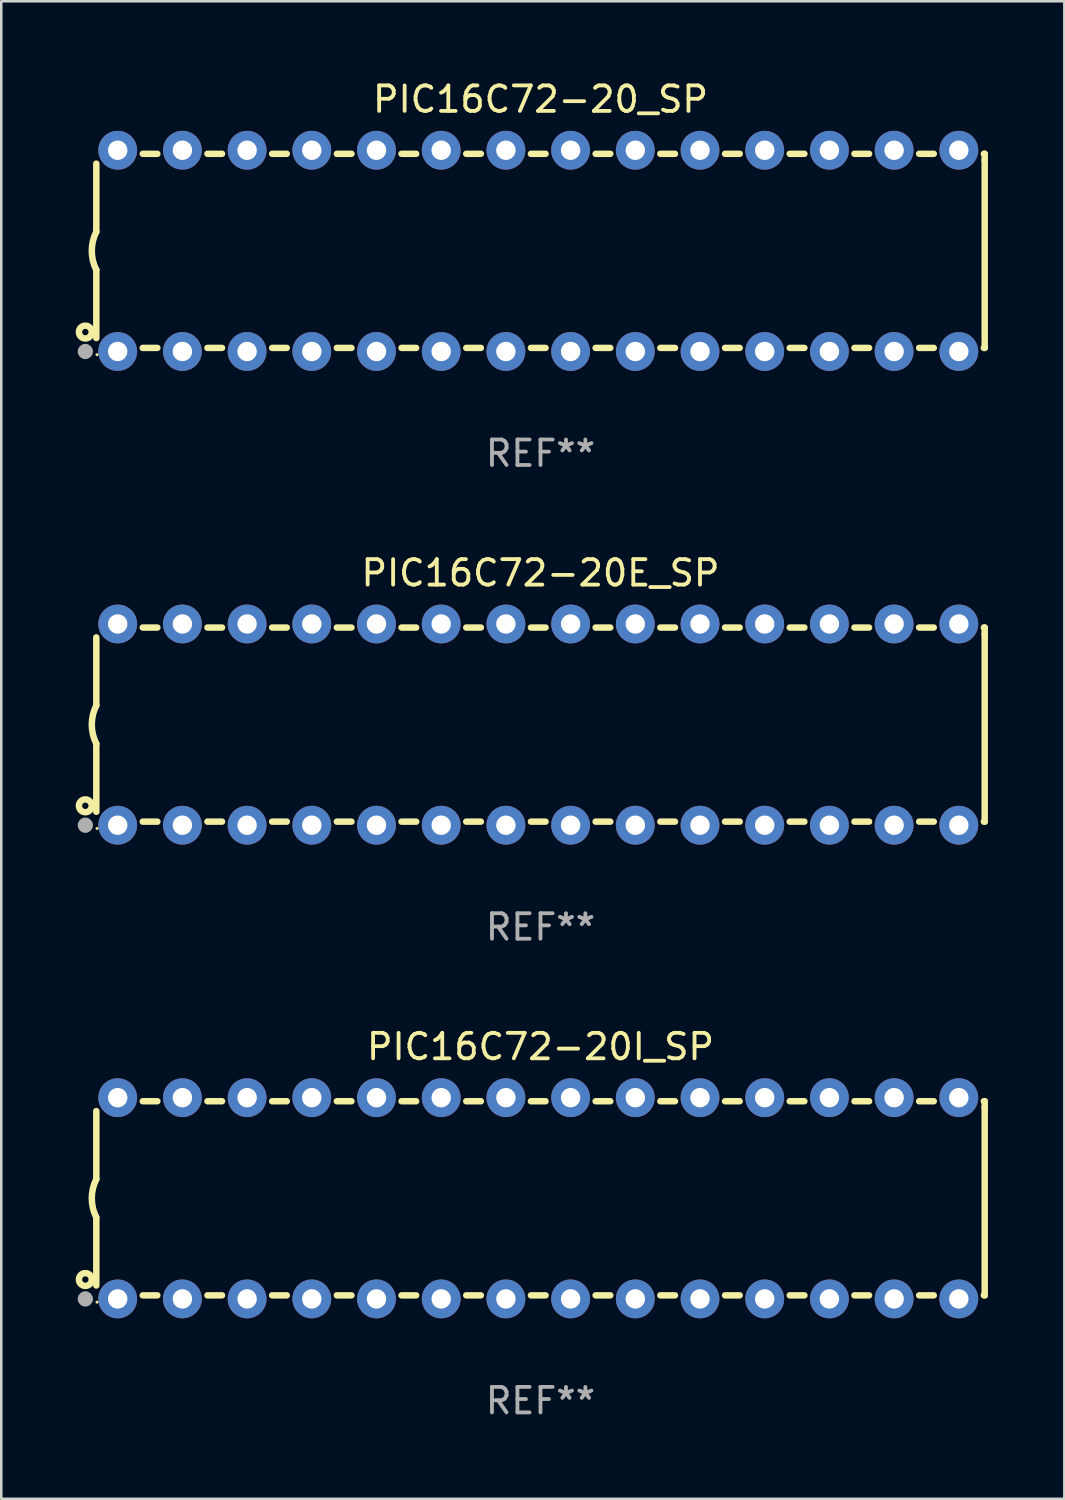
<source format=kicad_pcb>
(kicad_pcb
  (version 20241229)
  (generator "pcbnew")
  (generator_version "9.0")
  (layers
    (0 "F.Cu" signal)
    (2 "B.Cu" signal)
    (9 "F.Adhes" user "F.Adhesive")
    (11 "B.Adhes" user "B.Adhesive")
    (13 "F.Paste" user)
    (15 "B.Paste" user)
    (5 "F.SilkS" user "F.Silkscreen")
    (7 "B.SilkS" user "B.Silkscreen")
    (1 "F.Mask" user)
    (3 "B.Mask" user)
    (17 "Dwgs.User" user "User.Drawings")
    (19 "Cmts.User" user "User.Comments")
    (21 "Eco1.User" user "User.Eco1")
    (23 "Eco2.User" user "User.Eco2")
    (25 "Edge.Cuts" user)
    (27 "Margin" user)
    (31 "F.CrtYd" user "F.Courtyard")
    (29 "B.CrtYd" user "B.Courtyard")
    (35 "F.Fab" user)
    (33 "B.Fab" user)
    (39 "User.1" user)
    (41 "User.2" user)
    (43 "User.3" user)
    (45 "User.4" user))
  (footprint "PIC16C72-20E_SP"
    (layer "F.Cu")
    (at 18.168 25.395)
    (property "Reference" "PIC16C72-20E_SP" (at 0 -5.95 0) (layer "F.SilkS") (effects (font (size 1 1) (thickness 0.15))))
    (attr through_hole)
    (fp_line (start -17.438 0.75) (end -17.438 3.423) (stroke (width 0.254) (type solid)) (layer "F.SilkS"))
    (fp_line (start -17.438 -3.423) (end -17.438 -0.75) (stroke (width 0.254) (type solid)) (layer "F.SilkS"))
    (fp_line (start -15.615 3.81) (end -15.041 3.81) (stroke (width 0.254) (type solid)) (layer "F.SilkS"))
    (fp_line (start -15.041 -3.81) (end -15.614 -3.81) (stroke (width 0.254) (type solid)) (layer "F.SilkS"))
    (fp_line (start -13.075 3.81) (end -12.501 3.81) (stroke (width 0.254) (type solid)) (layer "F.SilkS"))
    (fp_line (start -12.501 -3.81) (end -13.074 -3.81) (stroke (width 0.254) (type solid)) (layer "F.SilkS"))
    (fp_line (start -10.535 3.81) (end -9.961 3.81) (stroke (width 0.254) (type solid)) (layer "F.SilkS"))
    (fp_line (start -9.961 -3.81) (end -10.534 -3.81) (stroke (width 0.254) (type solid)) (layer "F.SilkS"))
    (fp_line (start -7.995 3.81) (end -7.421 3.81) (stroke (width 0.254) (type solid)) (layer "F.SilkS"))
    (fp_line (start -7.421 -3.81) (end -7.995 -3.81) (stroke (width 0.254) (type solid)) (layer "F.SilkS"))
    (fp_line (start -5.455 3.81) (end -4.881 3.81) (stroke (width 0.254) (type solid)) (layer "F.SilkS"))
    (fp_line (start -4.881 -3.81) (end -5.455 -3.81) (stroke (width 0.254) (type solid)) (layer "F.SilkS"))
    (fp_line (start -2.915 3.81) (end -2.341 3.81) (stroke (width 0.254) (type solid)) (layer "F.SilkS"))
    (fp_line (start -2.341 -3.81) (end -2.915 -3.81) (stroke (width 0.254) (type solid)) (layer "F.SilkS"))
    (fp_line (start -0.375 3.81) (end 0.199 3.81) (stroke (width 0.254) (type solid)) (layer "F.SilkS"))
    (fp_line (start 0.199 -3.81) (end -0.375 -3.81) (stroke (width 0.254) (type solid)) (layer "F.SilkS"))
    (fp_line (start 2.165 3.81) (end 2.739 3.81) (stroke (width 0.254) (type solid)) (layer "F.SilkS"))
    (fp_line (start 2.739 -3.81) (end 2.165 -3.81) (stroke (width 0.254) (type solid)) (layer "F.SilkS"))
    (fp_line (start 4.705 3.81) (end 5.279 3.81) (stroke (width 0.254) (type solid)) (layer "F.SilkS"))
    (fp_line (start 5.279 -3.81) (end 4.705 -3.81) (stroke (width 0.254) (type solid)) (layer "F.SilkS"))
    (fp_line (start 7.245 3.81) (end 7.819 3.81) (stroke (width 0.254) (type solid)) (layer "F.SilkS"))
    (fp_line (start 7.819 -3.81) (end 7.245 -3.81) (stroke (width 0.254) (type solid)) (layer "F.SilkS"))
    (fp_line (start 9.785 3.81) (end 10.359 3.81) (stroke (width 0.254) (type solid)) (layer "F.SilkS"))
    (fp_line (start 10.359 -3.81) (end 9.785 -3.81) (stroke (width 0.254) (type solid)) (layer "F.SilkS"))
    (fp_line (start 12.325 3.81) (end 12.899 3.81) (stroke (width 0.254) (type solid)) (layer "F.SilkS"))
    (fp_line (start 12.899 -3.81) (end 12.325 -3.81) (stroke (width 0.254) (type solid)) (layer "F.SilkS"))
    (fp_line (start 14.865 3.81) (end 15.439 3.81) (stroke (width 0.254) (type solid)) (layer "F.SilkS"))
    (fp_line (start 15.439 -3.81) (end 14.865 -3.81) (stroke (width 0.254) (type solid)) (layer "F.SilkS"))
    (fp_line (start 17.405 3.81) (end 17.438 3.81) (stroke (width 0.254) (type solid)) (layer "F.SilkS"))
    (fp_line (start 17.438 -3.81) (end 17.405 -3.81) (stroke (width 0.254) (type solid)) (layer "F.SilkS"))
    (fp_line (start 17.438 -3.556) (end 17.438 -3.81) (stroke (width 0.254) (type solid)) (layer "F.SilkS"))
    (fp_line (start 17.438 3.81) (end 17.438 -3.556) (stroke (width 0.254) (type solid)) (layer "F.SilkS"))
    (fp_arc (start -17.437986 0.749657) (mid -17.614887 -0.000024) (end -17.437783 -0.749657) (stroke (width 0.254001) (type solid)) (layer "F.SilkS"))
    (fp_circle (center -17.868 3.188) (end -17.743 3.188) (stroke (width 0.254) (type solid)) (fill no) (layer "F.SilkS"))
    (fp_circle (center -17.411 4.077) (end -17.381 4.077) (stroke (width 0.06) (type solid)) (fill no) (layer "F.SilkS"))
    (fp_circle (center -17.868 3.95) (end -17.718 3.95) (stroke (width 0.3) (type solid)) (fill no) (layer "F.Fab"))
    (fp_text user "REF**" (at 0 7.95 0) (layer "F.Fab") (effects (font (size 1 1) (thickness 0.15))))
    (pad "1" thru_hole circle (at -16.598 3.95) (size 1.524 1.524) (drill 0.762) (layers "*.Cu" "*.Mask"))
    (pad "2" thru_hole circle (at -14.058 3.95) (size 1.524 1.524) (drill 0.762) (layers "*.Cu" "*.Mask"))
    (pad "3" thru_hole circle (at -11.518 3.95) (size 1.524 1.524) (drill 0.762) (layers "*.Cu" "*.Mask"))
    (pad "4" thru_hole circle (at -8.978 3.95) (size 1.524 1.524) (drill 0.762) (layers "*.Cu" "*.Mask"))
    (pad "5" thru_hole circle (at -6.438 3.95) (size 1.524 1.524) (drill 0.762) (layers "*.Cu" "*.Mask"))
    (pad "6" thru_hole circle (at -3.898 3.95) (size 1.524 1.524) (drill 0.762) (layers "*.Cu" "*.Mask"))
    (pad "7" thru_hole circle (at -1.358 3.95) (size 1.524 1.524) (drill 0.762) (layers "*.Cu" "*.Mask"))
    (pad "8" thru_hole circle (at 1.182 3.95) (size 1.524 1.524) (drill 0.762) (layers "*.Cu" "*.Mask"))
    (pad "9" thru_hole circle (at 3.722 3.95) (size 1.524 1.524) (drill 0.762) (layers "*.Cu" "*.Mask"))
    (pad "10" thru_hole circle (at 6.262 3.95) (size 1.524 1.524) (drill 0.762) (layers "*.Cu" "*.Mask"))
    (pad "11" thru_hole circle (at 8.802 3.95) (size 1.524 1.524) (drill 0.762) (layers "*.Cu" "*.Mask"))
    (pad "12" thru_hole circle (at 11.342 3.95) (size 1.524 1.524) (drill 0.762) (layers "*.Cu" "*.Mask"))
    (pad "13" thru_hole circle (at 13.882 3.95) (size 1.524 1.524) (drill 0.762) (layers "*.Cu" "*.Mask"))
    (pad "14" thru_hole circle (at 16.422 3.95) (size 1.524 1.524) (drill 0.762) (layers "*.Cu" "*.Mask"))
    (pad "15" thru_hole circle (at 16.422 -3.95) (size 1.524 1.524) (drill 0.762) (layers "*.Cu" "*.Mask"))
    (pad "16" thru_hole circle (at 13.882 -3.95) (size 1.524 1.524) (drill 0.762) (layers "*.Cu" "*.Mask"))
    (pad "17" thru_hole circle (at 11.342 -3.95) (size 1.524 1.524) (drill 0.762) (layers "*.Cu" "*.Mask"))
    (pad "18" thru_hole circle (at 8.802 -3.95) (size 1.524 1.524) (drill 0.762) (layers "*.Cu" "*.Mask"))
    (pad "19" thru_hole circle (at 6.262 -3.95) (size 1.524 1.524) (drill 0.762) (layers "*.Cu" "*.Mask"))
    (pad "20" thru_hole circle (at 3.722 -3.95) (size 1.524 1.524) (drill 0.762) (layers "*.Cu" "*.Mask"))
    (pad "21" thru_hole circle (at 1.182 -3.95) (size 1.524 1.524) (drill 0.762) (layers "*.Cu" "*.Mask"))
    (pad "22" thru_hole circle (at -1.358 -3.95) (size 1.524 1.524) (drill 0.762) (layers "*.Cu" "*.Mask"))
    (pad "23" thru_hole circle (at -3.898 -3.95) (size 1.524 1.524) (drill 0.762) (layers "*.Cu" "*.Mask"))
    (pad "24" thru_hole circle (at -6.438 -3.95) (size 1.524 1.524) (drill 0.762) (layers "*.Cu" "*.Mask"))
    (pad "25" thru_hole circle (at -8.978 -3.95) (size 1.524 1.524) (drill 0.762) (layers "*.Cu" "*.Mask"))
    (pad "26" thru_hole circle (at -11.517 -3.95) (size 1.524 1.524) (drill 0.762) (layers "*.Cu" "*.Mask"))
    (pad "27" thru_hole circle (at -14.057 -3.95) (size 1.524 1.524) (drill 0.762) (layers "*.Cu" "*.Mask"))
    (pad "28" thru_hole circle (at -16.597 -3.95) (size 1.524 1.524) (drill 0.762) (layers "*.Cu" "*.Mask")))
  (footprint "PIC16C72-20_SP"
    (layer "F.Cu")
    (at 18.168 6.798)
    (property "Reference" "PIC16C72-20_SP" (at 0 -5.95 0) (layer "F.SilkS") (effects (font (size 1 1) (thickness 0.15))))
    (attr through_hole)
    (fp_line (start -17.438 0.75) (end -17.438 3.423) (stroke (width 0.254) (type solid)) (layer "F.SilkS"))
    (fp_line (start -17.438 -3.423) (end -17.438 -0.75) (stroke (width 0.254) (type solid)) (layer "F.SilkS"))
    (fp_line (start -15.615 3.81) (end -15.041 3.81) (stroke (width 0.254) (type solid)) (layer "F.SilkS"))
    (fp_line (start -15.041 -3.81) (end -15.614 -3.81) (stroke (width 0.254) (type solid)) (layer "F.SilkS"))
    (fp_line (start -13.075 3.81) (end -12.501 3.81) (stroke (width 0.254) (type solid)) (layer "F.SilkS"))
    (fp_line (start -12.501 -3.81) (end -13.074 -3.81) (stroke (width 0.254) (type solid)) (layer "F.SilkS"))
    (fp_line (start -10.535 3.81) (end -9.961 3.81) (stroke (width 0.254) (type solid)) (layer "F.SilkS"))
    (fp_line (start -9.961 -3.81) (end -10.534 -3.81) (stroke (width 0.254) (type solid)) (layer "F.SilkS"))
    (fp_line (start -7.995 3.81) (end -7.421 3.81) (stroke (width 0.254) (type solid)) (layer "F.SilkS"))
    (fp_line (start -7.421 -3.81) (end -7.995 -3.81) (stroke (width 0.254) (type solid)) (layer "F.SilkS"))
    (fp_line (start -5.455 3.81) (end -4.881 3.81) (stroke (width 0.254) (type solid)) (layer "F.SilkS"))
    (fp_line (start -4.881 -3.81) (end -5.455 -3.81) (stroke (width 0.254) (type solid)) (layer "F.SilkS"))
    (fp_line (start -2.915 3.81) (end -2.341 3.81) (stroke (width 0.254) (type solid)) (layer "F.SilkS"))
    (fp_line (start -2.341 -3.81) (end -2.915 -3.81) (stroke (width 0.254) (type solid)) (layer "F.SilkS"))
    (fp_line (start -0.375 3.81) (end 0.199 3.81) (stroke (width 0.254) (type solid)) (layer "F.SilkS"))
    (fp_line (start 0.199 -3.81) (end -0.375 -3.81) (stroke (width 0.254) (type solid)) (layer "F.SilkS"))
    (fp_line (start 2.165 3.81) (end 2.739 3.81) (stroke (width 0.254) (type solid)) (layer "F.SilkS"))
    (fp_line (start 2.739 -3.81) (end 2.165 -3.81) (stroke (width 0.254) (type solid)) (layer "F.SilkS"))
    (fp_line (start 4.705 3.81) (end 5.279 3.81) (stroke (width 0.254) (type solid)) (layer "F.SilkS"))
    (fp_line (start 5.279 -3.81) (end 4.705 -3.81) (stroke (width 0.254) (type solid)) (layer "F.SilkS"))
    (fp_line (start 7.245 3.81) (end 7.819 3.81) (stroke (width 0.254) (type solid)) (layer "F.SilkS"))
    (fp_line (start 7.819 -3.81) (end 7.245 -3.81) (stroke (width 0.254) (type solid)) (layer "F.SilkS"))
    (fp_line (start 9.785 3.81) (end 10.359 3.81) (stroke (width 0.254) (type solid)) (layer "F.SilkS"))
    (fp_line (start 10.359 -3.81) (end 9.785 -3.81) (stroke (width 0.254) (type solid)) (layer "F.SilkS"))
    (fp_line (start 12.325 3.81) (end 12.899 3.81) (stroke (width 0.254) (type solid)) (layer "F.SilkS"))
    (fp_line (start 12.899 -3.81) (end 12.325 -3.81) (stroke (width 0.254) (type solid)) (layer "F.SilkS"))
    (fp_line (start 14.865 3.81) (end 15.439 3.81) (stroke (width 0.254) (type solid)) (layer "F.SilkS"))
    (fp_line (start 15.439 -3.81) (end 14.865 -3.81) (stroke (width 0.254) (type solid)) (layer "F.SilkS"))
    (fp_line (start 17.405 3.81) (end 17.438 3.81) (stroke (width 0.254) (type solid)) (layer "F.SilkS"))
    (fp_line (start 17.438 -3.81) (end 17.405 -3.81) (stroke (width 0.254) (type solid)) (layer "F.SilkS"))
    (fp_line (start 17.438 -3.556) (end 17.438 -3.81) (stroke (width 0.254) (type solid)) (layer "F.SilkS"))
    (fp_line (start 17.438 3.81) (end 17.438 -3.556) (stroke (width 0.254) (type solid)) (layer "F.SilkS"))
    (fp_arc (start -17.437986 0.749657) (mid -17.614887 -0.000024) (end -17.437783 -0.749657) (stroke (width 0.254001) (type solid)) (layer "F.SilkS"))
    (fp_circle (center -17.868 3.188) (end -17.743 3.188) (stroke (width 0.254) (type solid)) (fill no) (layer "F.SilkS"))
    (fp_circle (center -17.411 4.077) (end -17.381 4.077) (stroke (width 0.06) (type solid)) (fill no) (layer "F.SilkS"))
    (fp_circle (center -17.868 3.95) (end -17.718 3.95) (stroke (width 0.3) (type solid)) (fill no) (layer "F.Fab"))
    (fp_text user "REF**" (at 0 7.95 0) (layer "F.Fab") (effects (font (size 1 1) (thickness 0.15))))
    (pad "1" thru_hole circle (at -16.598 3.95) (size 1.524 1.524) (drill 0.762) (layers "*.Cu" "*.Mask"))
    (pad "2" thru_hole circle (at -14.058 3.95) (size 1.524 1.524) (drill 0.762) (layers "*.Cu" "*.Mask"))
    (pad "3" thru_hole circle (at -11.518 3.95) (size 1.524 1.524) (drill 0.762) (layers "*.Cu" "*.Mask"))
    (pad "4" thru_hole circle (at -8.978 3.95) (size 1.524 1.524) (drill 0.762) (layers "*.Cu" "*.Mask"))
    (pad "5" thru_hole circle (at -6.438 3.95) (size 1.524 1.524) (drill 0.762) (layers "*.Cu" "*.Mask"))
    (pad "6" thru_hole circle (at -3.898 3.95) (size 1.524 1.524) (drill 0.762) (layers "*.Cu" "*.Mask"))
    (pad "7" thru_hole circle (at -1.358 3.95) (size 1.524 1.524) (drill 0.762) (layers "*.Cu" "*.Mask"))
    (pad "8" thru_hole circle (at 1.182 3.95) (size 1.524 1.524) (drill 0.762) (layers "*.Cu" "*.Mask"))
    (pad "9" thru_hole circle (at 3.722 3.95) (size 1.524 1.524) (drill 0.762) (layers "*.Cu" "*.Mask"))
    (pad "10" thru_hole circle (at 6.262 3.95) (size 1.524 1.524) (drill 0.762) (layers "*.Cu" "*.Mask"))
    (pad "11" thru_hole circle (at 8.802 3.95) (size 1.524 1.524) (drill 0.762) (layers "*.Cu" "*.Mask"))
    (pad "12" thru_hole circle (at 11.342 3.95) (size 1.524 1.524) (drill 0.762) (layers "*.Cu" "*.Mask"))
    (pad "13" thru_hole circle (at 13.882 3.95) (size 1.524 1.524) (drill 0.762) (layers "*.Cu" "*.Mask"))
    (pad "14" thru_hole circle (at 16.422 3.95) (size 1.524 1.524) (drill 0.762) (layers "*.Cu" "*.Mask"))
    (pad "15" thru_hole circle (at 16.422 -3.95) (size 1.524 1.524) (drill 0.762) (layers "*.Cu" "*.Mask"))
    (pad "16" thru_hole circle (at 13.882 -3.95) (size 1.524 1.524) (drill 0.762) (layers "*.Cu" "*.Mask"))
    (pad "17" thru_hole circle (at 11.342 -3.95) (size 1.524 1.524) (drill 0.762) (layers "*.Cu" "*.Mask"))
    (pad "18" thru_hole circle (at 8.802 -3.95) (size 1.524 1.524) (drill 0.762) (layers "*.Cu" "*.Mask"))
    (pad "19" thru_hole circle (at 6.262 -3.95) (size 1.524 1.524) (drill 0.762) (layers "*.Cu" "*.Mask"))
    (pad "20" thru_hole circle (at 3.722 -3.95) (size 1.524 1.524) (drill 0.762) (layers "*.Cu" "*.Mask"))
    (pad "21" thru_hole circle (at 1.182 -3.95) (size 1.524 1.524) (drill 0.762) (layers "*.Cu" "*.Mask"))
    (pad "22" thru_hole circle (at -1.358 -3.95) (size 1.524 1.524) (drill 0.762) (layers "*.Cu" "*.Mask"))
    (pad "23" thru_hole circle (at -3.898 -3.95) (size 1.524 1.524) (drill 0.762) (layers "*.Cu" "*.Mask"))
    (pad "24" thru_hole circle (at -6.438 -3.95) (size 1.524 1.524) (drill 0.762) (layers "*.Cu" "*.Mask"))
    (pad "25" thru_hole circle (at -8.978 -3.95) (size 1.524 1.524) (drill 0.762) (layers "*.Cu" "*.Mask"))
    (pad "26" thru_hole circle (at -11.517 -3.95) (size 1.524 1.524) (drill 0.762) (layers "*.Cu" "*.Mask"))
    (pad "27" thru_hole circle (at -14.057 -3.95) (size 1.524 1.524) (drill 0.762) (layers "*.Cu" "*.Mask"))
    (pad "28" thru_hole circle (at -16.597 -3.95) (size 1.524 1.524) (drill 0.762) (layers "*.Cu" "*.Mask")))
  (footprint "PIC16C72-20I_SP"
    (layer "F.Cu")
    (at 18.168 43.991)
    (property "Reference" "PIC16C72-20I_SP" (at 0 -5.95 0) (layer "F.SilkS") (effects (font (size 1 1) (thickness 0.15))))
    (attr through_hole)
    (fp_line (start -17.438 0.75) (end -17.438 3.423) (stroke (width 0.254) (type solid)) (layer "F.SilkS"))
    (fp_line (start -17.438 -3.423) (end -17.438 -0.75) (stroke (width 0.254) (type solid)) (layer "F.SilkS"))
    (fp_line (start -15.615 3.81) (end -15.041 3.81) (stroke (width 0.254) (type solid)) (layer "F.SilkS"))
    (fp_line (start -15.041 -3.81) (end -15.614 -3.81) (stroke (width 0.254) (type solid)) (layer "F.SilkS"))
    (fp_line (start -13.075 3.81) (end -12.501 3.81) (stroke (width 0.254) (type solid)) (layer "F.SilkS"))
    (fp_line (start -12.501 -3.81) (end -13.074 -3.81) (stroke (width 0.254) (type solid)) (layer "F.SilkS"))
    (fp_line (start -10.535 3.81) (end -9.961 3.81) (stroke (width 0.254) (type solid)) (layer "F.SilkS"))
    (fp_line (start -9.961 -3.81) (end -10.534 -3.81) (stroke (width 0.254) (type solid)) (layer "F.SilkS"))
    (fp_line (start -7.995 3.81) (end -7.421 3.81) (stroke (width 0.254) (type solid)) (layer "F.SilkS"))
    (fp_line (start -7.421 -3.81) (end -7.995 -3.81) (stroke (width 0.254) (type solid)) (layer "F.SilkS"))
    (fp_line (start -5.455 3.81) (end -4.881 3.81) (stroke (width 0.254) (type solid)) (layer "F.SilkS"))
    (fp_line (start -4.881 -3.81) (end -5.455 -3.81) (stroke (width 0.254) (type solid)) (layer "F.SilkS"))
    (fp_line (start -2.915 3.81) (end -2.341 3.81) (stroke (width 0.254) (type solid)) (layer "F.SilkS"))
    (fp_line (start -2.341 -3.81) (end -2.915 -3.81) (stroke (width 0.254) (type solid)) (layer "F.SilkS"))
    (fp_line (start -0.375 3.81) (end 0.199 3.81) (stroke (width 0.254) (type solid)) (layer "F.SilkS"))
    (fp_line (start 0.199 -3.81) (end -0.375 -3.81) (stroke (width 0.254) (type solid)) (layer "F.SilkS"))
    (fp_line (start 2.165 3.81) (end 2.739 3.81) (stroke (width 0.254) (type solid)) (layer "F.SilkS"))
    (fp_line (start 2.739 -3.81) (end 2.165 -3.81) (stroke (width 0.254) (type solid)) (layer "F.SilkS"))
    (fp_line (start 4.705 3.81) (end 5.279 3.81) (stroke (width 0.254) (type solid)) (layer "F.SilkS"))
    (fp_line (start 5.279 -3.81) (end 4.705 -3.81) (stroke (width 0.254) (type solid)) (layer "F.SilkS"))
    (fp_line (start 7.245 3.81) (end 7.819 3.81) (stroke (width 0.254) (type solid)) (layer "F.SilkS"))
    (fp_line (start 7.819 -3.81) (end 7.245 -3.81) (stroke (width 0.254) (type solid)) (layer "F.SilkS"))
    (fp_line (start 9.785 3.81) (end 10.359 3.81) (stroke (width 0.254) (type solid)) (layer "F.SilkS"))
    (fp_line (start 10.359 -3.81) (end 9.785 -3.81) (stroke (width 0.254) (type solid)) (layer "F.SilkS"))
    (fp_line (start 12.325 3.81) (end 12.899 3.81) (stroke (width 0.254) (type solid)) (layer "F.SilkS"))
    (fp_line (start 12.899 -3.81) (end 12.325 -3.81) (stroke (width 0.254) (type solid)) (layer "F.SilkS"))
    (fp_line (start 14.865 3.81) (end 15.439 3.81) (stroke (width 0.254) (type solid)) (layer "F.SilkS"))
    (fp_line (start 15.439 -3.81) (end 14.865 -3.81) (stroke (width 0.254) (type solid)) (layer "F.SilkS"))
    (fp_line (start 17.405 3.81) (end 17.438 3.81) (stroke (width 0.254) (type solid)) (layer "F.SilkS"))
    (fp_line (start 17.438 -3.81) (end 17.405 -3.81) (stroke (width 0.254) (type solid)) (layer "F.SilkS"))
    (fp_line (start 17.438 -3.556) (end 17.438 -3.81) (stroke (width 0.254) (type solid)) (layer "F.SilkS"))
    (fp_line (start 17.438 3.81) (end 17.438 -3.556) (stroke (width 0.254) (type solid)) (layer "F.SilkS"))
    (fp_arc (start -17.437986 0.749657) (mid -17.614887 -0.000024) (end -17.437783 -0.749657) (stroke (width 0.254001) (type solid)) (layer "F.SilkS"))
    (fp_circle (center -17.868 3.188) (end -17.743 3.188) (stroke (width 0.254) (type solid)) (fill no) (layer "F.SilkS"))
    (fp_circle (center -17.411 4.077) (end -17.381 4.077) (stroke (width 0.06) (type solid)) (fill no) (layer "F.SilkS"))
    (fp_circle (center -17.868 3.95) (end -17.718 3.95) (stroke (width 0.3) (type solid)) (fill no) (layer "F.Fab"))
    (fp_text user "REF**" (at 0 7.95 0) (layer "F.Fab") (effects (font (size 1 1) (thickness 0.15))))
    (pad "1" thru_hole circle (at -16.598 3.95) (size 1.524 1.524) (drill 0.762) (layers "*.Cu" "*.Mask"))
    (pad "2" thru_hole circle (at -14.058 3.95) (size 1.524 1.524) (drill 0.762) (layers "*.Cu" "*.Mask"))
    (pad "3" thru_hole circle (at -11.518 3.95) (size 1.524 1.524) (drill 0.762) (layers "*.Cu" "*.Mask"))
    (pad "4" thru_hole circle (at -8.978 3.95) (size 1.524 1.524) (drill 0.762) (layers "*.Cu" "*.Mask"))
    (pad "5" thru_hole circle (at -6.438 3.95) (size 1.524 1.524) (drill 0.762) (layers "*.Cu" "*.Mask"))
    (pad "6" thru_hole circle (at -3.898 3.95) (size 1.524 1.524) (drill 0.762) (layers "*.Cu" "*.Mask"))
    (pad "7" thru_hole circle (at -1.358 3.95) (size 1.524 1.524) (drill 0.762) (layers "*.Cu" "*.Mask"))
    (pad "8" thru_hole circle (at 1.182 3.95) (size 1.524 1.524) (drill 0.762) (layers "*.Cu" "*.Mask"))
    (pad "9" thru_hole circle (at 3.722 3.95) (size 1.524 1.524) (drill 0.762) (layers "*.Cu" "*.Mask"))
    (pad "10" thru_hole circle (at 6.262 3.95) (size 1.524 1.524) (drill 0.762) (layers "*.Cu" "*.Mask"))
    (pad "11" thru_hole circle (at 8.802 3.95) (size 1.524 1.524) (drill 0.762) (layers "*.Cu" "*.Mask"))
    (pad "12" thru_hole circle (at 11.342 3.95) (size 1.524 1.524) (drill 0.762) (layers "*.Cu" "*.Mask"))
    (pad "13" thru_hole circle (at 13.882 3.95) (size 1.524 1.524) (drill 0.762) (layers "*.Cu" "*.Mask"))
    (pad "14" thru_hole circle (at 16.422 3.95) (size 1.524 1.524) (drill 0.762) (layers "*.Cu" "*.Mask"))
    (pad "15" thru_hole circle (at 16.422 -3.95) (size 1.524 1.524) (drill 0.762) (layers "*.Cu" "*.Mask"))
    (pad "16" thru_hole circle (at 13.882 -3.95) (size 1.524 1.524) (drill 0.762) (layers "*.Cu" "*.Mask"))
    (pad "17" thru_hole circle (at 11.342 -3.95) (size 1.524 1.524) (drill 0.762) (layers "*.Cu" "*.Mask"))
    (pad "18" thru_hole circle (at 8.802 -3.95) (size 1.524 1.524) (drill 0.762) (layers "*.Cu" "*.Mask"))
    (pad "19" thru_hole circle (at 6.262 -3.95) (size 1.524 1.524) (drill 0.762) (layers "*.Cu" "*.Mask"))
    (pad "20" thru_hole circle (at 3.722 -3.95) (size 1.524 1.524) (drill 0.762) (layers "*.Cu" "*.Mask"))
    (pad "21" thru_hole circle (at 1.182 -3.95) (size 1.524 1.524) (drill 0.762) (layers "*.Cu" "*.Mask"))
    (pad "22" thru_hole circle (at -1.358 -3.95) (size 1.524 1.524) (drill 0.762) (layers "*.Cu" "*.Mask"))
    (pad "23" thru_hole circle (at -3.898 -3.95) (size 1.524 1.524) (drill 0.762) (layers "*.Cu" "*.Mask"))
    (pad "24" thru_hole circle (at -6.438 -3.95) (size 1.524 1.524) (drill 0.762) (layers "*.Cu" "*.Mask"))
    (pad "25" thru_hole circle (at -8.978 -3.95) (size 1.524 1.524) (drill 0.762) (layers "*.Cu" "*.Mask"))
    (pad "26" thru_hole circle (at -11.517 -3.95) (size 1.524 1.524) (drill 0.762) (layers "*.Cu" "*.Mask"))
    (pad "27" thru_hole circle (at -14.057 -3.95) (size 1.524 1.524) (drill 0.762) (layers "*.Cu" "*.Mask"))
    (pad "28" thru_hole circle (at -16.597 -3.95) (size 1.524 1.524) (drill 0.762) (layers "*.Cu" "*.Mask")))
  (gr_rect
    (start -3 -3)
    (end 38.733 55.789)
    (stroke (width 0.1) (type default))
    (fill no)
    (layer "Edge.Cuts")))
</source>
